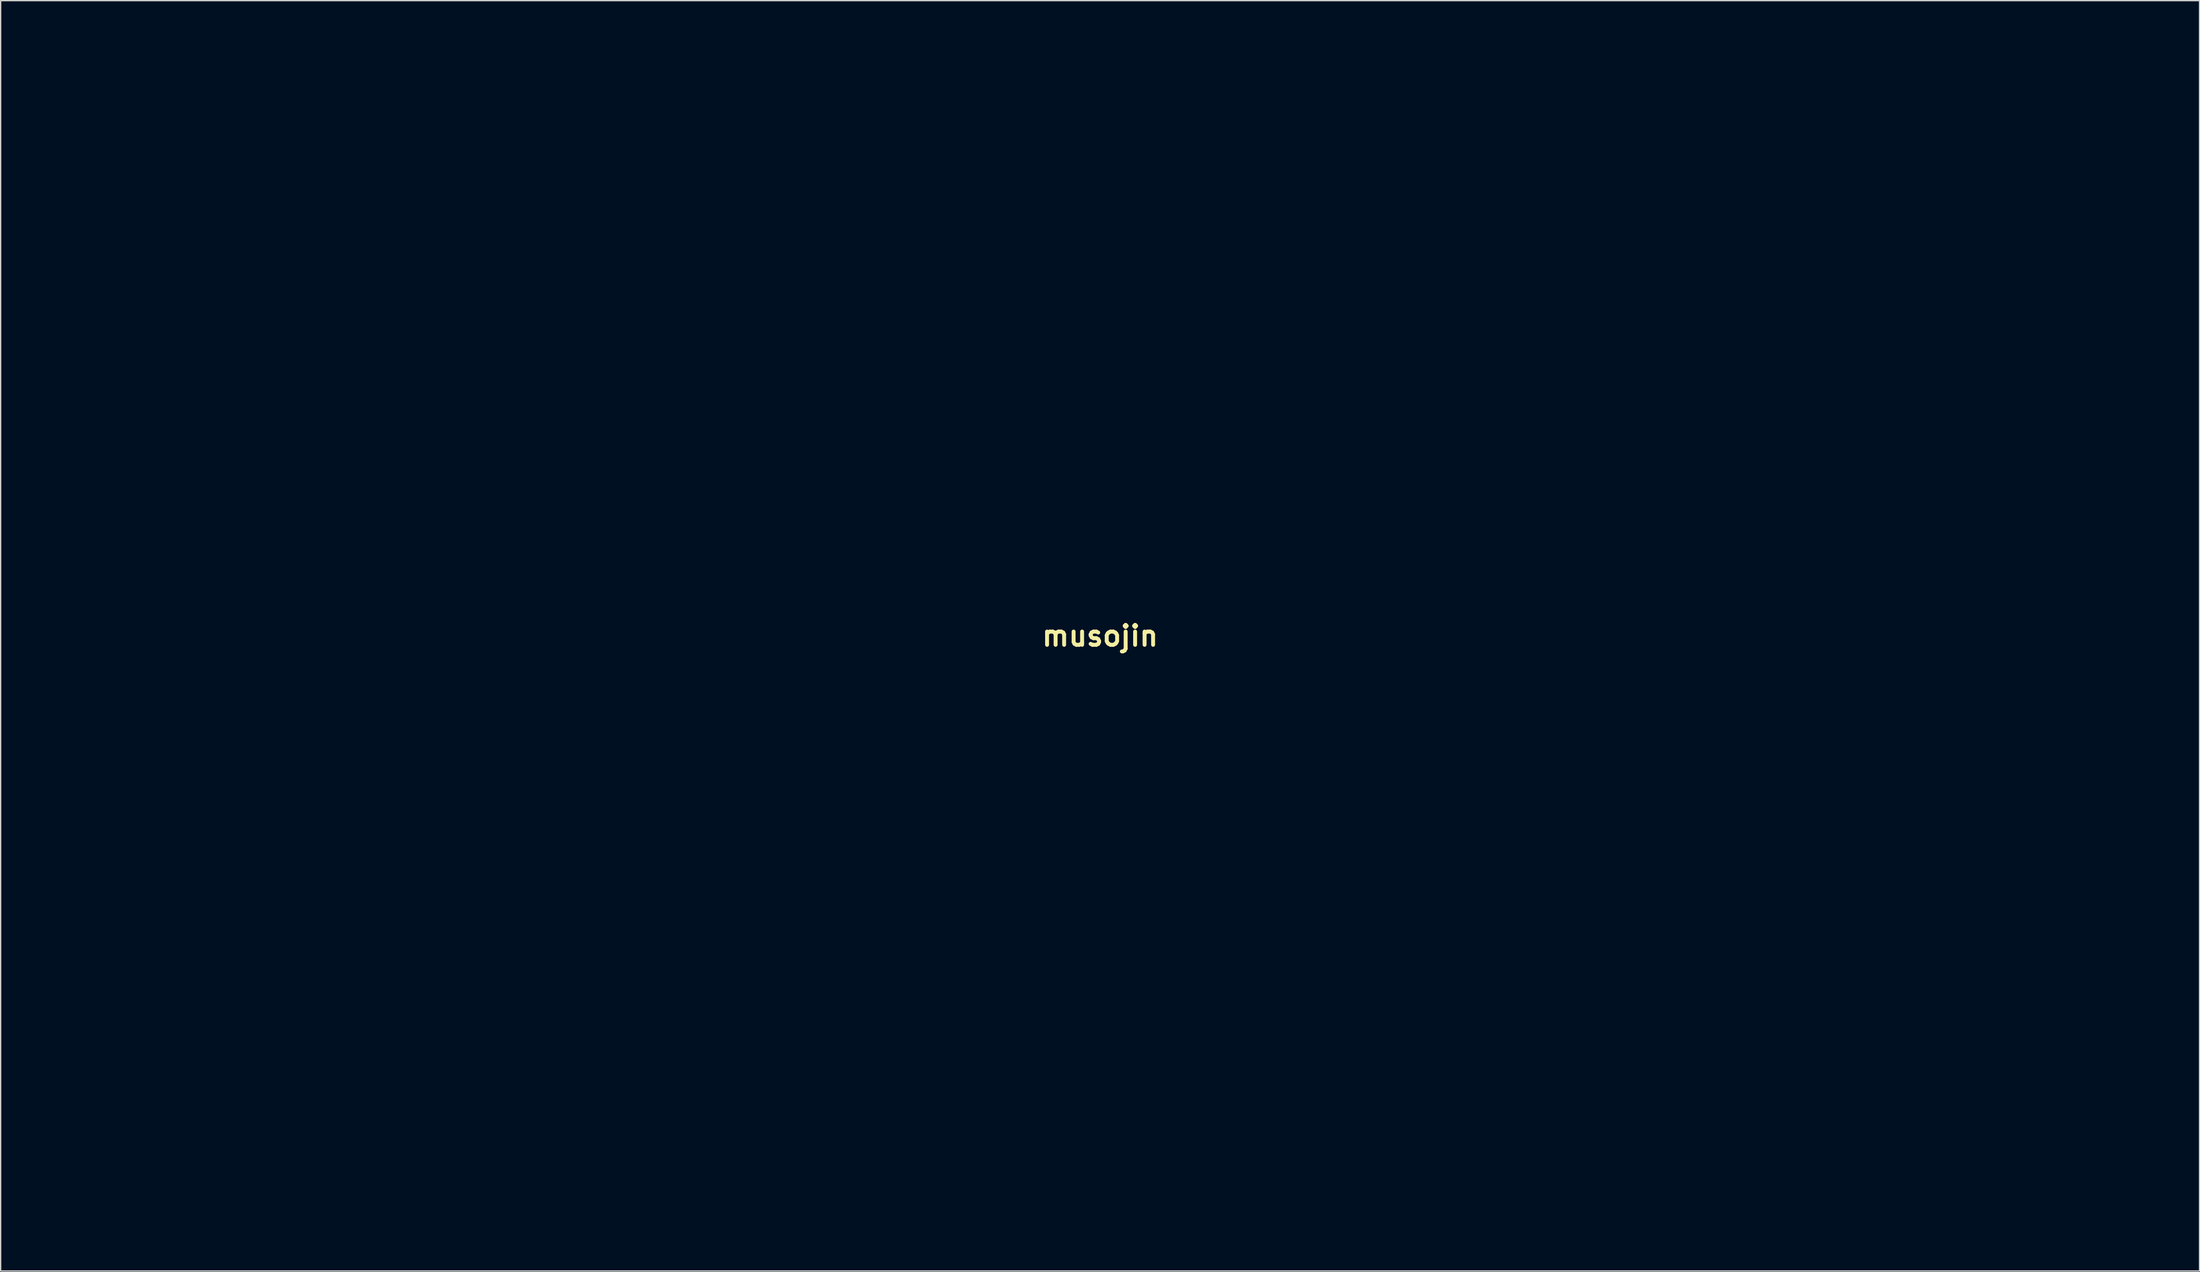
<source format=kicad_pcb>
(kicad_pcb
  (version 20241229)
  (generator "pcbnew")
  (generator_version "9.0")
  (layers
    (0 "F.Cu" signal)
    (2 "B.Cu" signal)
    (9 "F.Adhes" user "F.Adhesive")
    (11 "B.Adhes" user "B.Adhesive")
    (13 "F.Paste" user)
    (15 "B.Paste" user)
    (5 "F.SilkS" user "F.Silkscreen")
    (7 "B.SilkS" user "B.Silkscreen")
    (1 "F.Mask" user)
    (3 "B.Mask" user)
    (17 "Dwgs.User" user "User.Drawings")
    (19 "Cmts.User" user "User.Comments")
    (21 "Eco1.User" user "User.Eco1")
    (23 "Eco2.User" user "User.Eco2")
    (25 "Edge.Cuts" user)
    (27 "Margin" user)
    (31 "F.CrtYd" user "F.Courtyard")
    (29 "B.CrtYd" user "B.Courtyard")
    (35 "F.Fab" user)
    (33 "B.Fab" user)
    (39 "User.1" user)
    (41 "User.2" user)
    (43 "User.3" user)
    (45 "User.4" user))
  (footprint "musojin"
    (layer "F.Cu")
    (at 81.285 45.725)
    (property "Reference" "musojin" (at 0 0 0) (layer "F.SilkS") (effects (font (size 1.524 1.524) (thickness 0.3))))
    (attr through_hole)
    (fp_poly (pts (xy 81.28 45.72) (xy -81.28 45.72) (xy -81.28 -45.72) (xy 81.28 -45.72) (xy 81.28 45.72)) (stroke (width 0.01) (type solid)) (fill no) (layer "Eco2.User")))
  (gr_rect
    (start -3 -3)
    (end 165.57 94.45)
    (stroke (width 0.1) (type default))
    (fill no)
    (layer "Edge.Cuts")))
</source>
